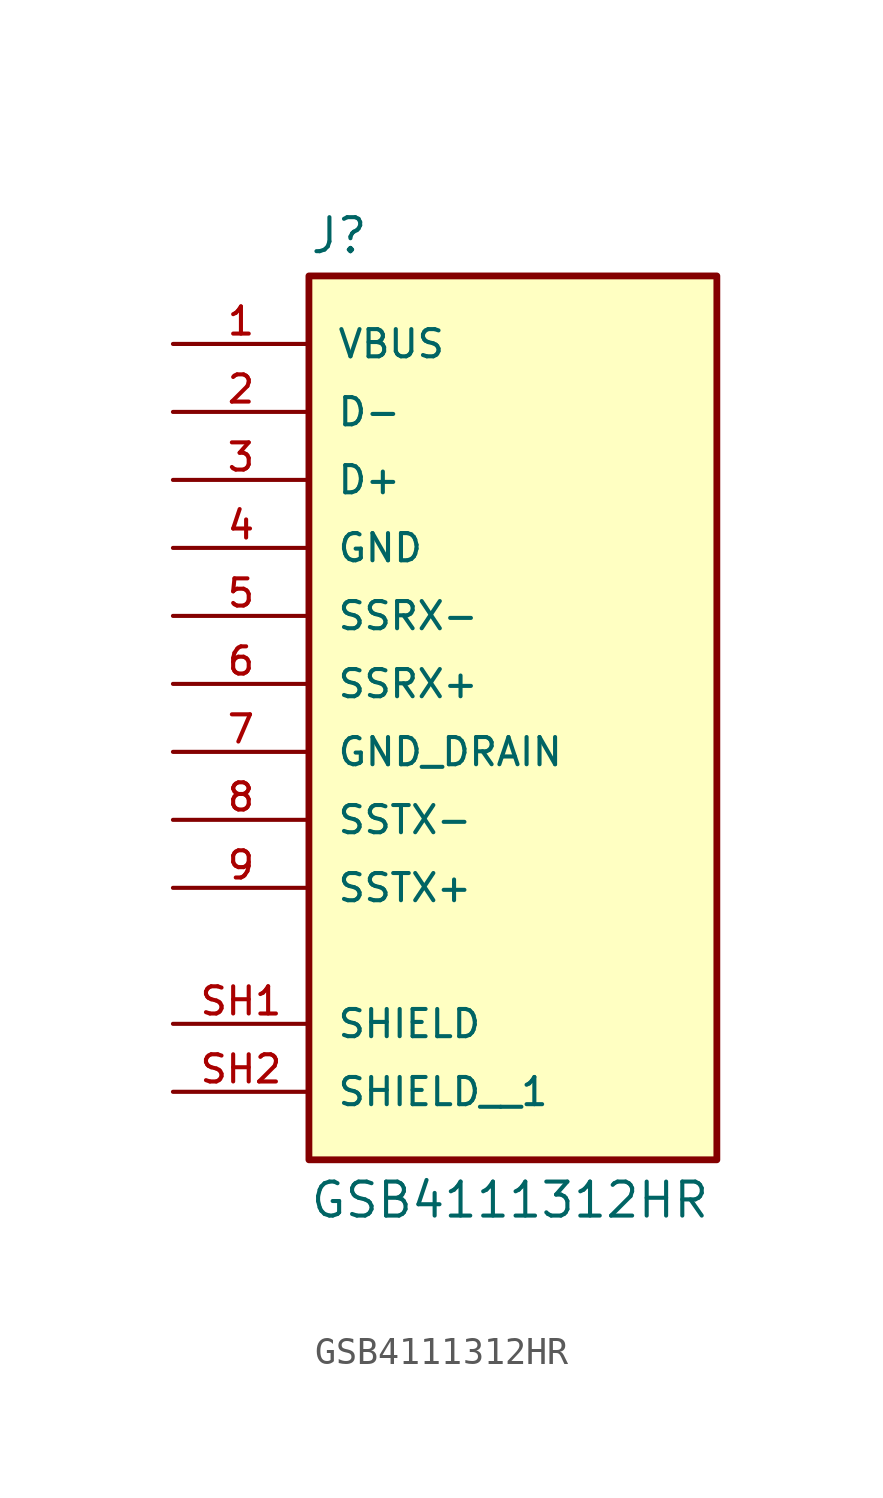
<source format=kicad_sym>
(kicad_symbol_lib
  (version 20241209)
  (generator "kicad_symbol_editor")
  (generator_version "9.0")
  (symbol "GSB4111312HR"
    (pin_names
      (offset 1.016))
    (property "Reference" "J"
      (at -7.62 16.002 0)
      (effects (font (size 1.27 1.27)) (justify left bottom)))
    (property "Value" "GSB4111312HR"
      (at -7.62 -18.542 0)
      (effects (font (size 1.27 1.27)) (justify left top)))
    (symbol "GSB4111312HR_0_0"
      (rectangle (start -7.62 -17.78) (end 7.62 15.24) (stroke (width 0.254) (type default)) (fill (type background)))
      (pin power_in line (at -12.7 12.7 0) (length 5.08) (name "VBUS" (effects (font (size 1.016 1.016)))) (number "1" (effects (font (size 1.016 1.016)))))
      (pin bidirectional line (at -12.7 10.16 0) (length 5.08) (name "D-" (effects (font (size 1.016 1.016)))) (number "2" (effects (font (size 1.016 1.016)))))
      (pin bidirectional line (at -12.7 7.62 0) (length 5.08) (name "D+" (effects (font (size 1.016 1.016)))) (number "3" (effects (font (size 1.016 1.016)))))
      (pin power_in line (at -12.7 5.08 0) (length 5.08) (name "GND" (effects (font (size 1.016 1.016)))) (number "4" (effects (font (size 1.016 1.016)))))
      (pin bidirectional line (at -12.7 2.54 0) (length 5.08) (name "SSRX-" (effects (font (size 1.016 1.016)))) (number "5" (effects (font (size 1.016 1.016)))))
      (pin bidirectional line (at -12.7 0 0) (length 5.08) (name "SSRX+" (effects (font (size 1.016 1.016)))) (number "6" (effects (font (size 1.016 1.016)))))
      (pin power_in line (at -12.7 -2.54 0) (length 5.08) (name "GND_DRAIN" (effects (font (size 1.016 1.016)))) (number "7" (effects (font (size 1.016 1.016)))))
      (pin bidirectional line (at -12.7 -5.08 0) (length 5.08) (name "SSTX-" (effects (font (size 1.016 1.016)))) (number "8" (effects (font (size 1.016 1.016)))))
      (pin bidirectional line (at -12.7 -7.62 0) (length 5.08) (name "SSTX+" (effects (font (size 1.016 1.016)))) (number "9" (effects (font (size 1.016 1.016)))))
      (pin passive line (at -12.7 -12.7 0) (length 5.08) (name "SHIELD" (effects (font (size 1.016 1.016)))) (number "SH1" (effects (font (size 1.016 1.016)))))
      (pin passive line (at -12.7 -15.24 0) (length 5.08) (name "SHIELD__1" (effects (font (size 1.016 1.016)))) (number "SH2" (effects (font (size 1.016 1.016))))))))
</source>
